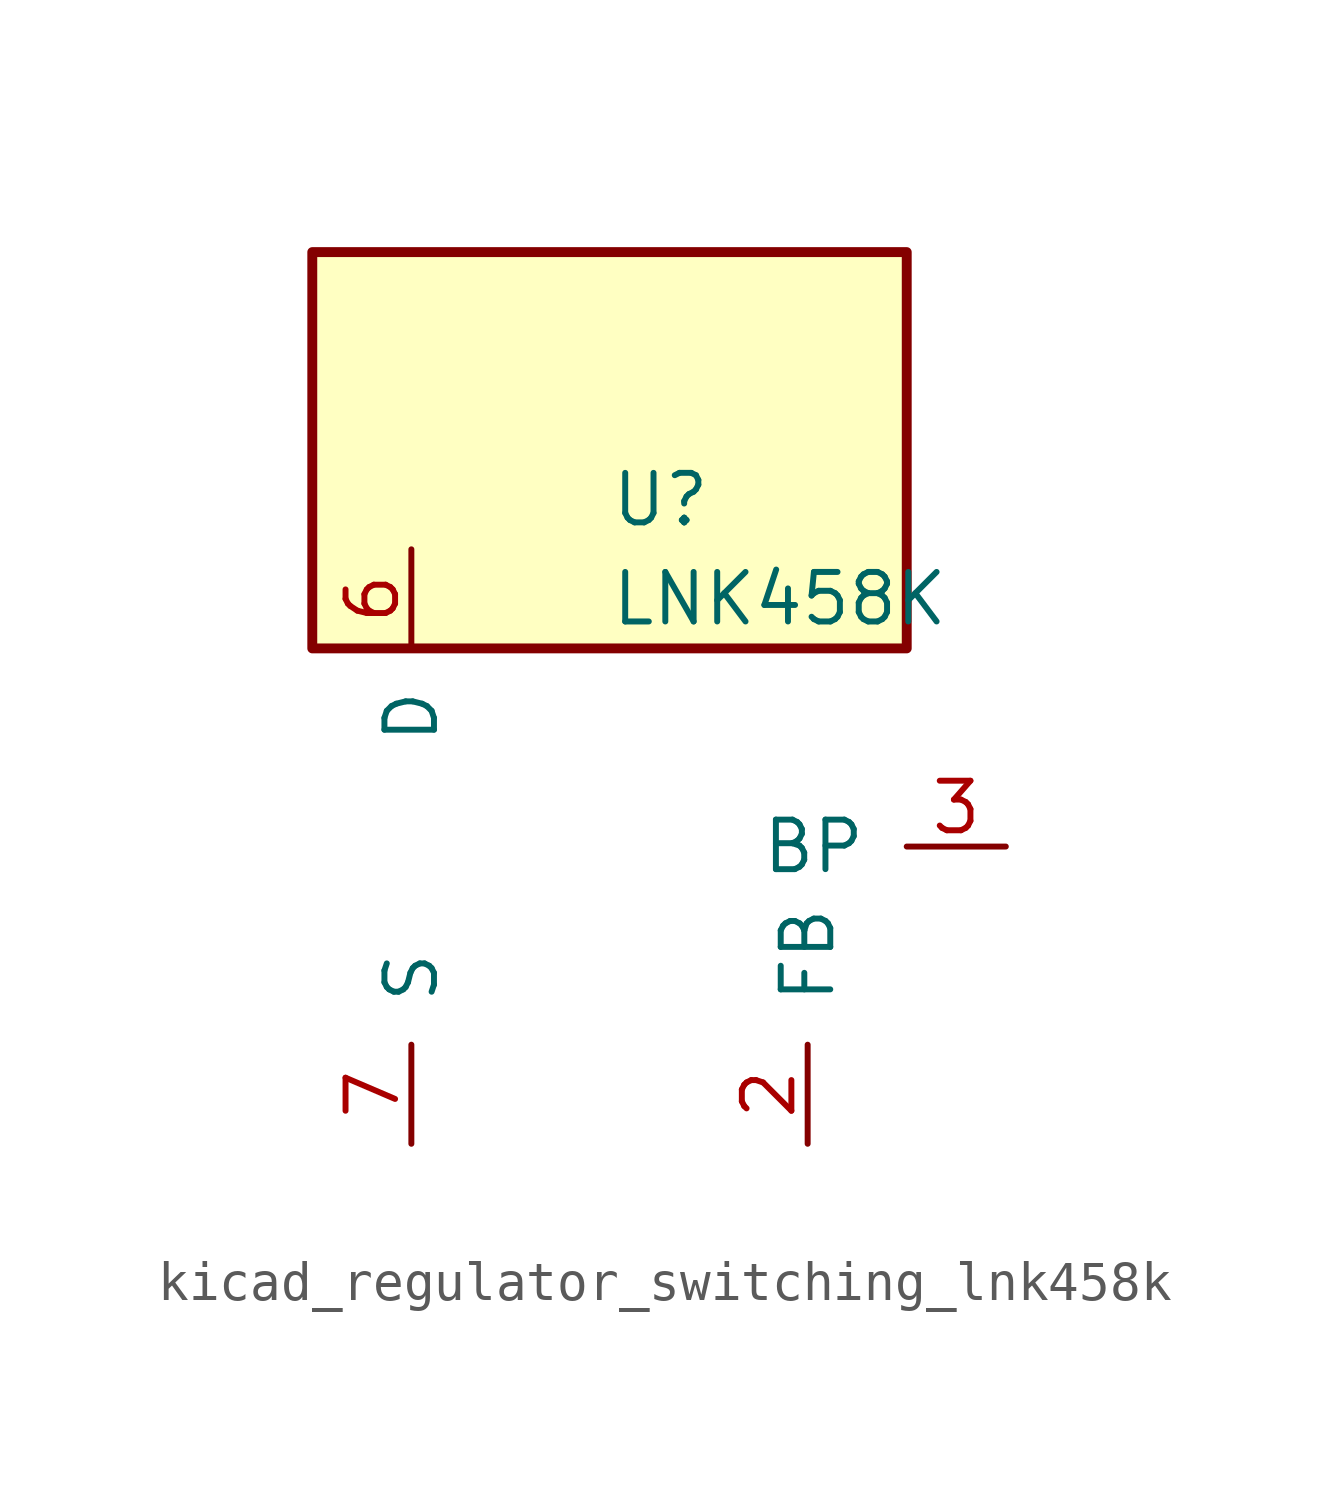
<source format=kicad_sym>
(kicad_symbol_lib
  (version 20220914)
  (generator kicad_symbol_editor)
  (symbol "kicad_regulator_switching_lnk458k"
    (pin_names
      (offset 1.016))
    (property "Reference" "U"
      (at 0 8.89 0)
      (effects (font (size 1.27 1.27)) (justify left)))
    (property "Value" "LNK458K"
      (at 0 6.35 0)
      (effects (font (size 1.27 1.27)) (justify left)))
    (symbol "kicad_regulator_switching_lnk458k_0_1"
      (rectangle (start 7.62 15.24) (end -7.62 5.08) (stroke (width 0.254) (type default)) (fill (type background))))
    (symbol "kicad_regulator_switching_lnk458k_1_1"
      (pin no_connect line (at -2.54 5.08 270) (length 2.54) hide (name "NC" (effects (font (size 1.27 1.27)))) (number "1" (effects (font (size 1.27 1.27)))))
      (pin passive line (at -5.08 -7.62 90) (length 2.54) hide (name "S" (effects (font (size 1.27 1.27)))) (number "10" (effects (font (size 1.27 1.27)))))
      (pin passive line (at -5.08 -7.62 90) (length 2.54) hide (name "S" (effects (font (size 1.27 1.27)))) (number "11" (effects (font (size 1.27 1.27)))))
      (pin passive line (at -5.08 -7.62 90) (length 2.54) hide (name "S" (effects (font (size 1.27 1.27)))) (number "12" (effects (font (size 1.27 1.27)))))
      (pin passive line (at -5.08 -7.62 90) (length 2.54) hide (name "S" (effects (font (size 1.27 1.27)))) (number "13" (effects (font (size 1.27 1.27)))))
      (pin input line (at 5.08 -7.62 90) (length 2.54) (name "FB" (effects (font (size 1.27 1.27)))) (number "2" (effects (font (size 1.27 1.27)))))
      (pin input line (at 10.16 0 180) (length 2.54) (name "BP" (effects (font (size 1.27 1.27)))) (number "3" (effects (font (size 1.27 1.27)))))
      (pin no_connect line (at 0 5.08 270) (length 2.54) hide (name "NC" (effects (font (size 1.27 1.27)))) (number "4" (effects (font (size 1.27 1.27)))))
      (pin open_collector line (at -5.08 7.62 270) (length 2.54) (name "D" (effects (font (size 1.27 1.27)))) (number "6" (effects (font (size 1.27 1.27)))))
      (pin power_in line (at -5.08 -7.62 90) (length 2.54) (name "S" (effects (font (size 1.27 1.27)))) (number "7" (effects (font (size 1.27 1.27)))))
      (pin passive line (at -5.08 -7.62 90) (length 2.54) hide (name "S" (effects (font (size 1.27 1.27)))) (number "8" (effects (font (size 1.27 1.27)))))
      (pin passive line (at -5.08 -7.62 90) (length 2.54) hide (name "S" (effects (font (size 1.27 1.27)))) (number "9" (effects (font (size 1.27 1.27))))))))
</source>
